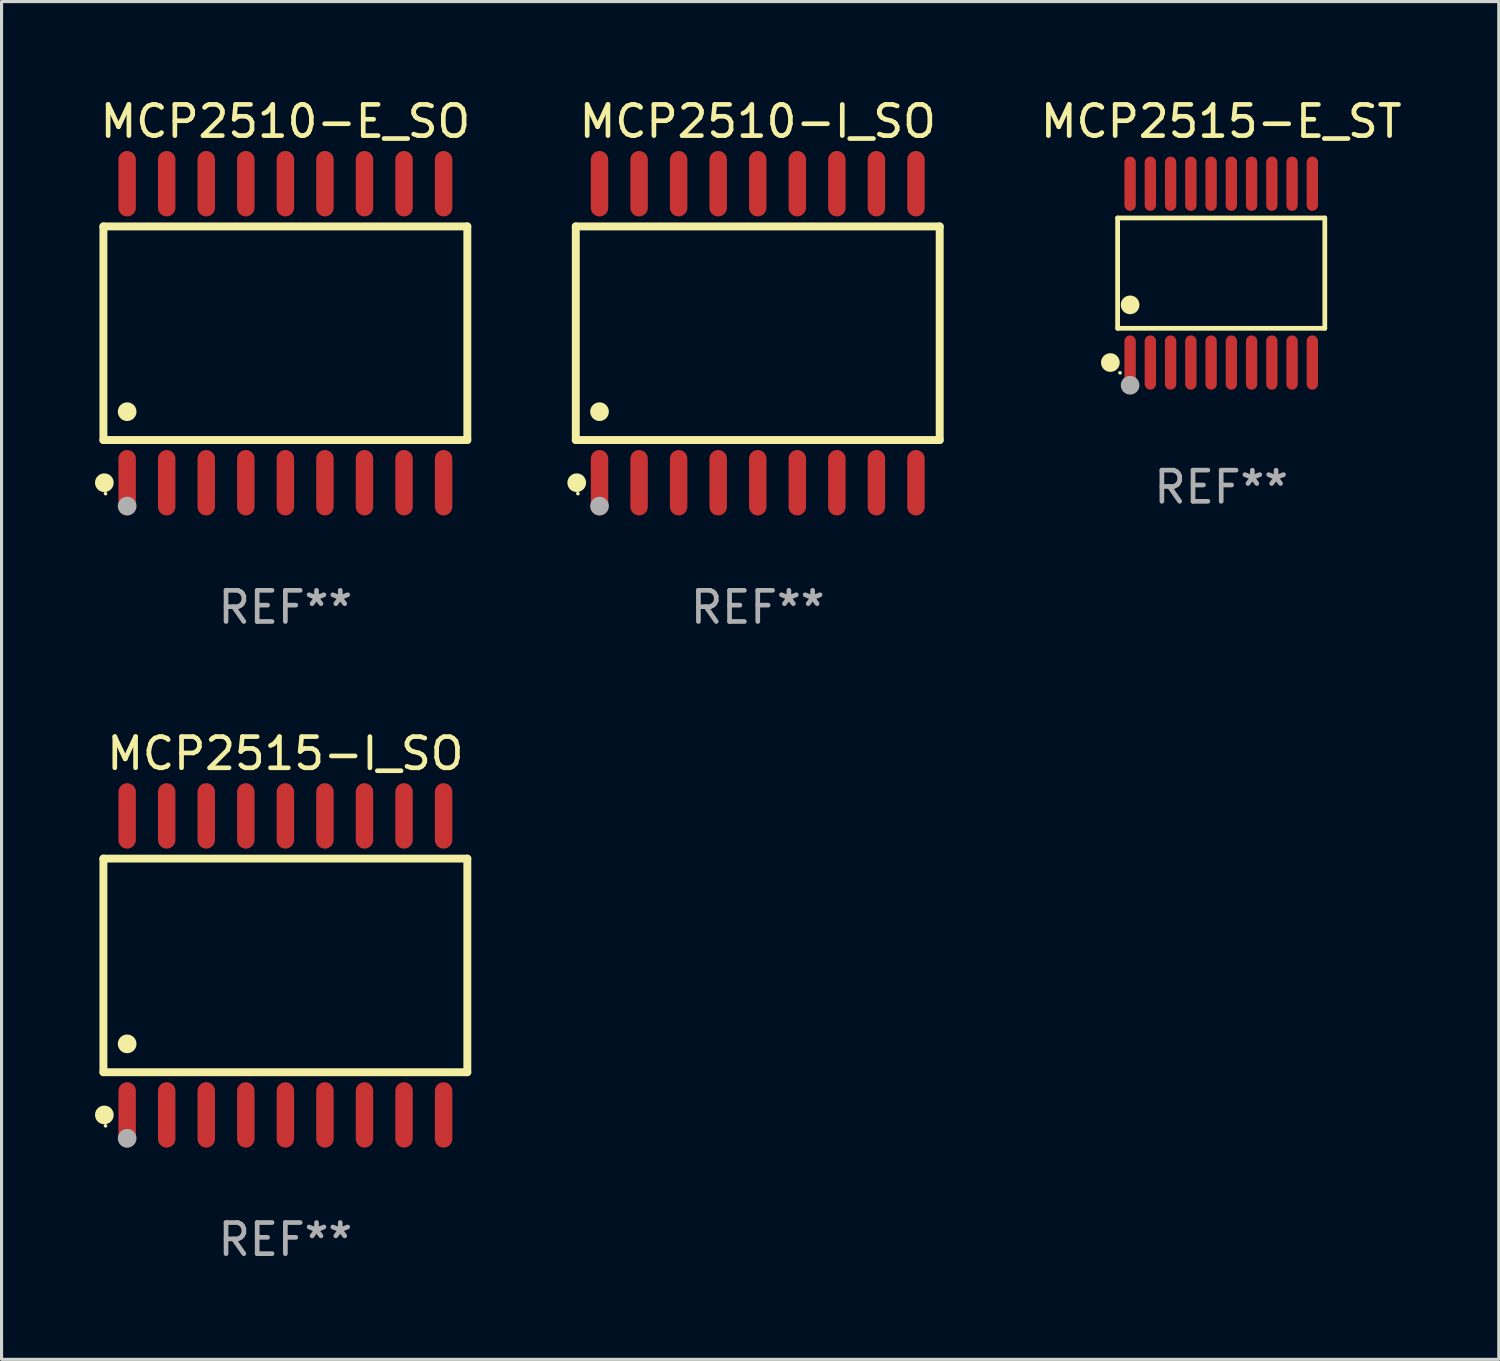
<source format=kicad_pcb>
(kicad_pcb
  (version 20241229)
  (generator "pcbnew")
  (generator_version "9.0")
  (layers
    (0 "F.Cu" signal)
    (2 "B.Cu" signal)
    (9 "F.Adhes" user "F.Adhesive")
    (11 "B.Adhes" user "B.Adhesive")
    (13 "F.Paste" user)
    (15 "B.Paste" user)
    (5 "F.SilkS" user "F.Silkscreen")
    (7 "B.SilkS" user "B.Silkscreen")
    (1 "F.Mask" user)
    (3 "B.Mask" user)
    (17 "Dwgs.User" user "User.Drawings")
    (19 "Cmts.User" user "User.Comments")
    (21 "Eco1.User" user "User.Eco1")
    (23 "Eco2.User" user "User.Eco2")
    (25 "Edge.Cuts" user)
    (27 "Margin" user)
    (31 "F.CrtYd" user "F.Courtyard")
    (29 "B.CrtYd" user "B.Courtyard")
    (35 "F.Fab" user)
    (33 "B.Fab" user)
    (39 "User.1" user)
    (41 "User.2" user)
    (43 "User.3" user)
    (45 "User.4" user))
  (footprint "MCP2510-I_SO"
    (layer "F.Cu")
    (at 21.278 7.648)
    (property "Reference" "MCP2510-I_SO" (at 0 -6.8 0) (layer "F.SilkS") (effects (font (size 1 1) (thickness 0.15))))
    (attr through_hole)
    (fp_line (start -5.842 -3.429) (end -5.842 3.429) (stroke (width 0.254) (type solid)) (layer "F.SilkS"))
    (fp_line (start -5.842 3.429) (end 5.842 3.429) (stroke (width 0.254) (type solid)) (layer "F.SilkS"))
    (fp_line (start 5.842 -3.429) (end -5.842 -3.429) (stroke (width 0.254) (type solid)) (layer "F.SilkS"))
    (fp_line (start 5.842 3.429) (end 5.842 -3.429) (stroke (width 0.254) (type solid)) (layer "F.SilkS"))
    (fp_circle (center -5.812 4.8) (end -5.662 4.8) (stroke (width 0.3) (type solid)) (fill no) (layer "F.SilkS"))
    (fp_circle (center -5.775 5.15) (end -5.745 5.15) (stroke (width 0.06) (type solid)) (fill no) (layer "F.SilkS"))
    (fp_circle (center -5.08 2.519) (end -4.93 2.519) (stroke (width 0.3) (type solid)) (fill no) (layer "F.SilkS"))
    (fp_circle (center -5.08 5.55) (end -4.93 5.55) (stroke (width 0.3) (type solid)) (fill no) (layer "F.Fab"))
    (fp_text user "REF**" (at 0 8.8 0) (layer "F.Fab") (effects (font (size 1 1) (thickness 0.15))))
    (pad "1" smd oval (at -5.08 4.8) (size 0.56 2.1) (layers "F.Cu" "F.Mask" "F.Paste"))
    (pad "2" smd oval (at -3.81 4.8) (size 0.56 2.1) (layers "F.Cu" "F.Mask" "F.Paste"))
    (pad "3" smd oval (at -2.54 4.8) (size 0.56 2.1) (layers "F.Cu" "F.Mask" "F.Paste"))
    (pad "4" smd oval (at -1.27 4.8) (size 0.56 2.1) (layers "F.Cu" "F.Mask" "F.Paste"))
    (pad "5" smd oval (at 0 4.8) (size 0.56 2.1) (layers "F.Cu" "F.Mask" "F.Paste"))
    (pad "6" smd oval (at 1.27 4.8) (size 0.56 2.1) (layers "F.Cu" "F.Mask" "F.Paste"))
    (pad "7" smd oval (at 2.54 4.8) (size 0.56 2.1) (layers "F.Cu" "F.Mask" "F.Paste"))
    (pad "8" smd oval (at 3.81 4.8) (size 0.56 2.1) (layers "F.Cu" "F.Mask" "F.Paste"))
    (pad "9" smd oval (at 5.08 4.8) (size 0.56 2.1) (layers "F.Cu" "F.Mask" "F.Paste"))
    (pad "10" smd oval (at 5.08 -4.8) (size 0.56 2.1) (layers "F.Cu" "F.Mask" "F.Paste"))
    (pad "11" smd oval (at 3.81 -4.8) (size 0.56 2.1) (layers "F.Cu" "F.Mask" "F.Paste"))
    (pad "12" smd oval (at 2.54 -4.8) (size 0.56 2.1) (layers "F.Cu" "F.Mask" "F.Paste"))
    (pad "13" smd oval (at 1.27 -4.8) (size 0.56 2.1) (layers "F.Cu" "F.Mask" "F.Paste"))
    (pad "14" smd oval (at 0 -4.8) (size 0.56 2.1) (layers "F.Cu" "F.Mask" "F.Paste"))
    (pad "15" smd oval (at -1.27 -4.8) (size 0.56 2.1) (layers "F.Cu" "F.Mask" "F.Paste"))
    (pad "16" smd oval (at -2.54 -4.8) (size 0.56 2.1) (layers "F.Cu" "F.Mask" "F.Paste"))
    (pad "17" smd oval (at -3.81 -4.8) (size 0.56 2.1) (layers "F.Cu" "F.Mask" "F.Paste"))
    (pad "18" smd oval (at -5.08 -4.8) (size 0.56 2.1) (layers "F.Cu" "F.Mask" "F.Paste")))
  (footprint "MCP2515-I_SO"
    (layer "F.Cu")
    (at 6.112 27.945)
    (property "Reference" "MCP2515-I_SO" (at 0 -6.8 0) (layer "F.SilkS") (effects (font (size 1 1) (thickness 0.15))))
    (attr through_hole)
    (fp_line (start -5.842 -3.429) (end -5.842 3.429) (stroke (width 0.254) (type solid)) (layer "F.SilkS"))
    (fp_line (start -5.842 3.429) (end 5.842 3.429) (stroke (width 0.254) (type solid)) (layer "F.SilkS"))
    (fp_line (start 5.842 -3.429) (end -5.842 -3.429) (stroke (width 0.254) (type solid)) (layer "F.SilkS"))
    (fp_line (start 5.842 3.429) (end 5.842 -3.429) (stroke (width 0.254) (type solid)) (layer "F.SilkS"))
    (fp_circle (center -5.812 4.8) (end -5.662 4.8) (stroke (width 0.3) (type solid)) (fill no) (layer "F.SilkS"))
    (fp_circle (center -5.775 5.15) (end -5.745 5.15) (stroke (width 0.06) (type solid)) (fill no) (layer "F.SilkS"))
    (fp_circle (center -5.08 2.519) (end -4.93 2.519) (stroke (width 0.3) (type solid)) (fill no) (layer "F.SilkS"))
    (fp_circle (center -5.08 5.55) (end -4.93 5.55) (stroke (width 0.3) (type solid)) (fill no) (layer "F.Fab"))
    (fp_text user "REF**" (at 0 8.8 0) (layer "F.Fab") (effects (font (size 1 1) (thickness 0.15))))
    (pad "1" smd oval (at -5.08 4.8) (size 0.56 2.1) (layers "F.Cu" "F.Mask" "F.Paste"))
    (pad "2" smd oval (at -3.81 4.8) (size 0.56 2.1) (layers "F.Cu" "F.Mask" "F.Paste"))
    (pad "3" smd oval (at -2.54 4.8) (size 0.56 2.1) (layers "F.Cu" "F.Mask" "F.Paste"))
    (pad "4" smd oval (at -1.27 4.8) (size 0.56 2.1) (layers "F.Cu" "F.Mask" "F.Paste"))
    (pad "5" smd oval (at 0 4.8) (size 0.56 2.1) (layers "F.Cu" "F.Mask" "F.Paste"))
    (pad "6" smd oval (at 1.27 4.8) (size 0.56 2.1) (layers "F.Cu" "F.Mask" "F.Paste"))
    (pad "7" smd oval (at 2.54 4.8) (size 0.56 2.1) (layers "F.Cu" "F.Mask" "F.Paste"))
    (pad "8" smd oval (at 3.81 4.8) (size 0.56 2.1) (layers "F.Cu" "F.Mask" "F.Paste"))
    (pad "9" smd oval (at 5.08 4.8) (size 0.56 2.1) (layers "F.Cu" "F.Mask" "F.Paste"))
    (pad "10" smd oval (at 5.08 -4.8) (size 0.56 2.1) (layers "F.Cu" "F.Mask" "F.Paste"))
    (pad "11" smd oval (at 3.81 -4.8) (size 0.56 2.1) (layers "F.Cu" "F.Mask" "F.Paste"))
    (pad "12" smd oval (at 2.54 -4.8) (size 0.56 2.1) (layers "F.Cu" "F.Mask" "F.Paste"))
    (pad "13" smd oval (at 1.27 -4.8) (size 0.56 2.1) (layers "F.Cu" "F.Mask" "F.Paste"))
    (pad "14" smd oval (at 0 -4.8) (size 0.56 2.1) (layers "F.Cu" "F.Mask" "F.Paste"))
    (pad "15" smd oval (at -1.27 -4.8) (size 0.56 2.1) (layers "F.Cu" "F.Mask" "F.Paste"))
    (pad "16" smd oval (at -2.54 -4.8) (size 0.56 2.1) (layers "F.Cu" "F.Mask" "F.Paste"))
    (pad "17" smd oval (at -3.81 -4.8) (size 0.56 2.1) (layers "F.Cu" "F.Mask" "F.Paste"))
    (pad "18" smd oval (at -5.08 -4.8) (size 0.56 2.1) (layers "F.Cu" "F.Mask" "F.Paste")))
  (footprint "MCP2515-E_ST"
    (layer "F.Cu")
    (at 36.158 5.719)
    (property "Reference" "MCP2515-E_ST" (at 0 -4.871 0) (layer "F.SilkS") (effects (font (size 1 1) (thickness 0.15))))
    (attr through_hole)
    (fp_line (start -3.326 -1.771) (end 3.326 -1.771) (stroke (width 0.152) (type solid)) (layer "F.SilkS"))
    (fp_line (start -3.326 1.771) (end -3.326 -1.771) (stroke (width 0.152) (type solid)) (layer "F.SilkS"))
    (fp_line (start 3.326 -1.771) (end 3.326 1.771) (stroke (width 0.152) (type solid)) (layer "F.SilkS"))
    (fp_line (start 3.326 1.771) (end -3.326 1.771) (stroke (width 0.152) (type solid)) (layer "F.SilkS"))
    (fp_circle (center -3.559 2.871) (end -3.409 2.871) (stroke (width 0.3) (type solid)) (fill no) (layer "F.SilkS"))
    (fp_circle (center -3.25 3.2) (end -3.22 3.2) (stroke (width 0.06) (type solid)) (fill no) (layer "F.SilkS"))
    (fp_circle (center -2.925 1.019) (end -2.775 1.019) (stroke (width 0.3) (type solid)) (fill no) (layer "F.SilkS"))
    (fp_circle (center -2.925 3.6) (end -2.775 3.6) (stroke (width 0.3) (type solid)) (fill no) (layer "F.Fab"))
    (fp_text user "REF**" (at 0 6.871 0) (layer "F.Fab") (effects (font (size 1 1) (thickness 0.15))))
    (pad "1" smd oval (at -2.925 2.871) (size 0.364 1.742) (layers "F.Cu" "F.Mask" "F.Paste"))
    (pad "2" smd oval (at -2.275 2.871) (size 0.364 1.742) (layers "F.Cu" "F.Mask" "F.Paste"))
    (pad "3" smd oval (at -1.625 2.871) (size 0.364 1.742) (layers "F.Cu" "F.Mask" "F.Paste"))
    (pad "4" smd oval (at -0.975 2.871) (size 0.364 1.742) (layers "F.Cu" "F.Mask" "F.Paste"))
    (pad "5" smd oval (at -0.325 2.871) (size 0.364 1.742) (layers "F.Cu" "F.Mask" "F.Paste"))
    (pad "6" smd oval (at 0.325 2.871) (size 0.364 1.742) (layers "F.Cu" "F.Mask" "F.Paste"))
    (pad "7" smd oval (at 0.975 2.871) (size 0.364 1.742) (layers "F.Cu" "F.Mask" "F.Paste"))
    (pad "8" smd oval (at 1.625 2.871) (size 0.364 1.742) (layers "F.Cu" "F.Mask" "F.Paste"))
    (pad "9" smd oval (at 2.275 2.871) (size 0.364 1.742) (layers "F.Cu" "F.Mask" "F.Paste"))
    (pad "10" smd oval (at 2.925 2.871) (size 0.364 1.742) (layers "F.Cu" "F.Mask" "F.Paste"))
    (pad "11" smd oval (at 2.925 -2.871) (size 0.364 1.742) (layers "F.Cu" "F.Mask" "F.Paste"))
    (pad "12" smd oval (at 2.275 -2.871) (size 0.364 1.742) (layers "F.Cu" "F.Mask" "F.Paste"))
    (pad "13" smd oval (at 1.625 -2.871) (size 0.364 1.742) (layers "F.Cu" "F.Mask" "F.Paste"))
    (pad "14" smd oval (at 0.975 -2.871) (size 0.364 1.742) (layers "F.Cu" "F.Mask" "F.Paste"))
    (pad "15" smd oval (at 0.325 -2.871) (size 0.364 1.742) (layers "F.Cu" "F.Mask" "F.Paste"))
    (pad "16" smd oval (at -0.325 -2.871) (size 0.364 1.742) (layers "F.Cu" "F.Mask" "F.Paste"))
    (pad "17" smd oval (at -0.975 -2.871) (size 0.364 1.742) (layers "F.Cu" "F.Mask" "F.Paste"))
    (pad "18" smd oval (at -1.625 -2.871) (size 0.364 1.742) (layers "F.Cu" "F.Mask" "F.Paste"))
    (pad "19" smd oval (at -2.275 -2.871) (size 0.364 1.742) (layers "F.Cu" "F.Mask" "F.Paste"))
    (pad "20" smd oval (at -2.925 -2.871) (size 0.364 1.742) (layers "F.Cu" "F.Mask" "F.Paste")))
  (footprint "MCP2510-E_SO"
    (layer "F.Cu")
    (at 6.112 7.648)
    (property "Reference" "MCP2510-E_SO" (at 0 -6.8 0) (layer "F.SilkS") (effects (font (size 1 1) (thickness 0.15))))
    (attr through_hole)
    (fp_line (start -5.842 -3.429) (end -5.842 3.429) (stroke (width 0.254) (type solid)) (layer "F.SilkS"))
    (fp_line (start -5.842 3.429) (end 5.842 3.429) (stroke (width 0.254) (type solid)) (layer "F.SilkS"))
    (fp_line (start 5.842 -3.429) (end -5.842 -3.429) (stroke (width 0.254) (type solid)) (layer "F.SilkS"))
    (fp_line (start 5.842 3.429) (end 5.842 -3.429) (stroke (width 0.254) (type solid)) (layer "F.SilkS"))
    (fp_circle (center -5.812 4.8) (end -5.662 4.8) (stroke (width 0.3) (type solid)) (fill no) (layer "F.SilkS"))
    (fp_circle (center -5.775 5.15) (end -5.745 5.15) (stroke (width 0.06) (type solid)) (fill no) (layer "F.SilkS"))
    (fp_circle (center -5.08 2.519) (end -4.93 2.519) (stroke (width 0.3) (type solid)) (fill no) (layer "F.SilkS"))
    (fp_circle (center -5.08 5.55) (end -4.93 5.55) (stroke (width 0.3) (type solid)) (fill no) (layer "F.Fab"))
    (fp_text user "REF**" (at 0 8.8 0) (layer "F.Fab") (effects (font (size 1 1) (thickness 0.15))))
    (pad "1" smd oval (at -5.08 4.8) (size 0.56 2.1) (layers "F.Cu" "F.Mask" "F.Paste"))
    (pad "2" smd oval (at -3.81 4.8) (size 0.56 2.1) (layers "F.Cu" "F.Mask" "F.Paste"))
    (pad "3" smd oval (at -2.54 4.8) (size 0.56 2.1) (layers "F.Cu" "F.Mask" "F.Paste"))
    (pad "4" smd oval (at -1.27 4.8) (size 0.56 2.1) (layers "F.Cu" "F.Mask" "F.Paste"))
    (pad "5" smd oval (at 0 4.8) (size 0.56 2.1) (layers "F.Cu" "F.Mask" "F.Paste"))
    (pad "6" smd oval (at 1.27 4.8) (size 0.56 2.1) (layers "F.Cu" "F.Mask" "F.Paste"))
    (pad "7" smd oval (at 2.54 4.8) (size 0.56 2.1) (layers "F.Cu" "F.Mask" "F.Paste"))
    (pad "8" smd oval (at 3.81 4.8) (size 0.56 2.1) (layers "F.Cu" "F.Mask" "F.Paste"))
    (pad "9" smd oval (at 5.08 4.8) (size 0.56 2.1) (layers "F.Cu" "F.Mask" "F.Paste"))
    (pad "10" smd oval (at 5.08 -4.8) (size 0.56 2.1) (layers "F.Cu" "F.Mask" "F.Paste"))
    (pad "11" smd oval (at 3.81 -4.8) (size 0.56 2.1) (layers "F.Cu" "F.Mask" "F.Paste"))
    (pad "12" smd oval (at 2.54 -4.8) (size 0.56 2.1) (layers "F.Cu" "F.Mask" "F.Paste"))
    (pad "13" smd oval (at 1.27 -4.8) (size 0.56 2.1) (layers "F.Cu" "F.Mask" "F.Paste"))
    (pad "14" smd oval (at 0 -4.8) (size 0.56 2.1) (layers "F.Cu" "F.Mask" "F.Paste"))
    (pad "15" smd oval (at -1.27 -4.8) (size 0.56 2.1) (layers "F.Cu" "F.Mask" "F.Paste"))
    (pad "16" smd oval (at -2.54 -4.8) (size 0.56 2.1) (layers "F.Cu" "F.Mask" "F.Paste"))
    (pad "17" smd oval (at -3.81 -4.8) (size 0.56 2.1) (layers "F.Cu" "F.Mask" "F.Paste"))
    (pad "18" smd oval (at -5.08 -4.8) (size 0.56 2.1) (layers "F.Cu" "F.Mask" "F.Paste")))
  (gr_rect
    (start -3 -3)
    (end 45.069 40.593)
    (stroke (width 0.1) (type default))
    (fill no)
    (layer "Edge.Cuts")))
</source>
